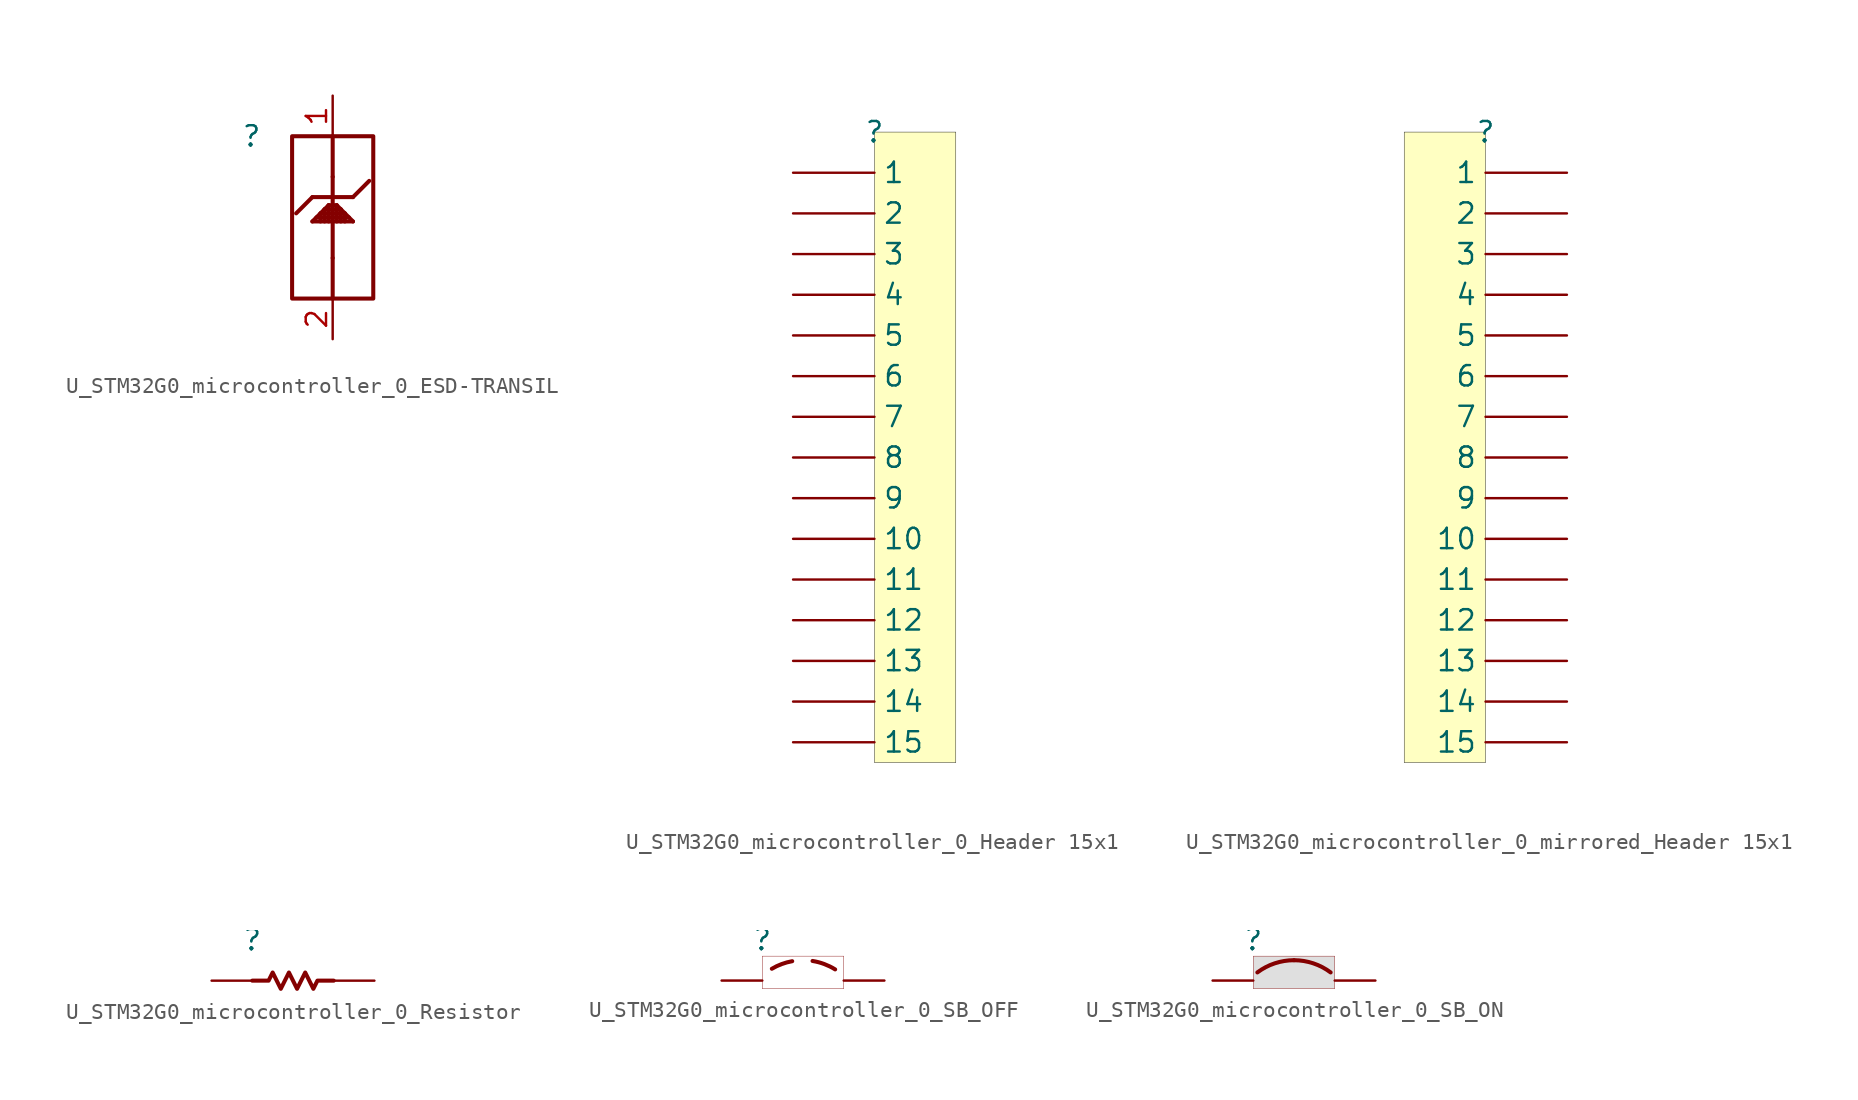
<source format=kicad_sym>
(kicad_symbol_lib
  (version 20231120)
  (generator "kicad_symbol_editor")
  (generator_version "8.0")
  (symbol "U_STM32G0_microcontroller_0_ESD-TRANSIL"
    (property "Reference" ""
      (at 0 0 0)
      (effects (font (size 1.27 1.27))))
    (property "Value" ""
      (at 0 0 0)
      (effects (font (size 1.27 1.27))))
    (symbol "U_STM32G0_microcontroller_0_ESD-TRANSIL_1_0"
      (polyline (pts (xy 3.81 -5.334) (xy 4.826 -4.318)) (stroke (width 0.254) (type solid)) (fill (type none)))
      (polyline (pts (xy 3.81 -5.334) (xy 6.35 -5.334)) (stroke (width 0.254) (type solid)) (fill (type none)))
      (polyline (pts (xy 3.81 -3.81) (xy 2.794 -4.826)) (stroke (width 0.254) (type solid)) (fill (type none)))
      (polyline (pts (xy 3.81 -3.81) (xy 6.35 -3.81)) (stroke (width 0.254) (type solid)) (fill (type none)))
      (polyline (pts (xy 4.064 -5.08) (xy 6.096 -5.08)) (stroke (width 0.254) (type solid)) (fill (type none)))
      (polyline (pts (xy 4.318 -5.334) (xy 4.318 -4.826)) (stroke (width 0.254) (type solid)) (fill (type none)))
      (polyline (pts (xy 4.318 -4.826) (xy 5.842 -4.826)) (stroke (width 0.254) (type solid)) (fill (type none)))
      (polyline (pts (xy 4.572 -5.334) (xy 4.572 -4.572)) (stroke (width 0.254) (type solid)) (fill (type none)))
      (polyline (pts (xy 4.572 -4.572) (xy 5.588 -4.572)) (stroke (width 0.254) (type solid)) (fill (type none)))
      (polyline (pts (xy 4.826 -5.334) (xy 4.826 -4.318)) (stroke (width 0.254) (type solid)) (fill (type none)))
      (polyline (pts (xy 4.826 -4.318) (xy 5.334 -4.318)) (stroke (width 0.254) (type solid)) (fill (type none)))
      (polyline (pts (xy 5.08 -10.16) (xy 5.08 -7.62)) (stroke (width 0.254) (type solid)) (fill (type none)))
      (polyline (pts (xy 5.08 -7.62) (xy 5.08 -2.54)) (stroke (width 0.254) (type solid)) (fill (type none)))
      (polyline (pts (xy 5.08 -2.54) (xy 5.08 0)) (stroke (width 0.254) (type solid)) (fill (type none)))
      (polyline (pts (xy 5.334 -5.334) (xy 5.334 -4.318)) (stroke (width 0.254) (type solid)) (fill (type none)))
      (polyline (pts (xy 5.334 -4.318) (xy 6.35 -5.334)) (stroke (width 0.254) (type solid)) (fill (type none)))
      (polyline (pts (xy 5.588 -5.334) (xy 5.588 -4.572)) (stroke (width 0.254) (type solid)) (fill (type none)))
      (polyline (pts (xy 5.842 -5.334) (xy 5.842 -4.826)) (stroke (width 0.254) (type solid)) (fill (type none)))
      (polyline (pts (xy 6.35 -3.81) (xy 7.366 -2.794)) (stroke (width 0.254) (type solid)) (fill (type none)))
      (rectangle (start 7.62 0) (end 2.54 -10.16) (stroke (width 0.254) (type solid) (color 128 0 0 1)) (fill (type none)))
      (pin passive line (at 5.08 2.54 270) (length 2.54) (name "IO1" (effects (font (size 0 0)))) (number "1" (effects (font (size 1.27 1.27)))))
      (pin passive line (at 5.08 -12.7 90) (length 2.54) (name "GND" (effects (font (size 0 0)))) (number "2" (effects (font (size 1.27 1.27)))))))
  (symbol "U_STM32G0_microcontroller_0_Header 15x1"
    (property "Reference" ""
      (at 0 0 0)
      (effects (font (size 1.27 1.27))))
    (property "Value" ""
      (at 0 0 0)
      (effects (font (size 1.27 1.27))))
    (symbol "U_STM32G0_microcontroller_0_Header 15x1_1_0"
      (rectangle (start 5.08 0) (end 0 -39.37) (stroke (width 0.025) (type solid) (color 0 0 0 1)) (fill (type background)))
      (pin passive line (at -5.08 -2.54 0) (length 5.08) (name "1" (effects (font (size 1.27 1.27)))) (number "1" (effects (font (size 0 0)))))
      (pin passive line (at -5.08 -25.4 0) (length 5.08) (name "10" (effects (font (size 1.27 1.27)))) (number "10" (effects (font (size 0 0)))))
      (pin passive line (at -5.08 -27.94 0) (length 5.08) (name "11" (effects (font (size 1.27 1.27)))) (number "11" (effects (font (size 0 0)))))
      (pin passive line (at -5.08 -30.48 0) (length 5.08) (name "12" (effects (font (size 1.27 1.27)))) (number "12" (effects (font (size 0 0)))))
      (pin passive line (at -5.08 -33.02 0) (length 5.08) (name "13" (effects (font (size 1.27 1.27)))) (number "13" (effects (font (size 0 0)))))
      (pin passive line (at -5.08 -35.56 0) (length 5.08) (name "14" (effects (font (size 1.27 1.27)))) (number "14" (effects (font (size 0 0)))))
      (pin passive line (at -5.08 -38.1 0) (length 5.08) (name "15" (effects (font (size 1.27 1.27)))) (number "15" (effects (font (size 0 0)))))
      (pin passive line (at -5.08 -5.08 0) (length 5.08) (name "2" (effects (font (size 1.27 1.27)))) (number "2" (effects (font (size 0 0)))))
      (pin passive line (at -5.08 -7.62 0) (length 5.08) (name "3" (effects (font (size 1.27 1.27)))) (number "3" (effects (font (size 0 0)))))
      (pin passive line (at -5.08 -10.16 0) (length 5.08) (name "4" (effects (font (size 1.27 1.27)))) (number "4" (effects (font (size 0 0)))))
      (pin passive line (at -5.08 -12.7 0) (length 5.08) (name "5" (effects (font (size 1.27 1.27)))) (number "5" (effects (font (size 0 0)))))
      (pin passive line (at -5.08 -15.24 0) (length 5.08) (name "6" (effects (font (size 1.27 1.27)))) (number "6" (effects (font (size 0 0)))))
      (pin passive line (at -5.08 -17.78 0) (length 5.08) (name "7" (effects (font (size 1.27 1.27)))) (number "7" (effects (font (size 0 0)))))
      (pin passive line (at -5.08 -20.32 0) (length 5.08) (name "8" (effects (font (size 1.27 1.27)))) (number "8" (effects (font (size 0 0)))))
      (pin passive line (at -5.08 -22.86 0) (length 5.08) (name "9" (effects (font (size 1.27 1.27)))) (number "9" (effects (font (size 0 0)))))))
  (symbol "U_STM32G0_microcontroller_0_mirrored_Header 15x1"
    (property "Reference" ""
      (at 0 0 0)
      (effects (font (size 1.27 1.27))))
    (property "Value" ""
      (at 0 0 0)
      (effects (font (size 1.27 1.27))))
    (symbol "U_STM32G0_microcontroller_0_mirrored_Header 15x1_1_0"
      (rectangle (start 0 0) (end -5.08 -39.37) (stroke (width 0.025) (type solid) (color 0 0 0 1)) (fill (type background)))
      (pin passive line (at 5.08 -2.54 180) (length 5.08) (name "1" (effects (font (size 1.27 1.27)))) (number "1" (effects (font (size 0 0)))))
      (pin passive line (at 5.08 -25.4 180) (length 5.08) (name "10" (effects (font (size 1.27 1.27)))) (number "10" (effects (font (size 0 0)))))
      (pin passive line (at 5.08 -27.94 180) (length 5.08) (name "11" (effects (font (size 1.27 1.27)))) (number "11" (effects (font (size 0 0)))))
      (pin passive line (at 5.08 -30.48 180) (length 5.08) (name "12" (effects (font (size 1.27 1.27)))) (number "12" (effects (font (size 0 0)))))
      (pin passive line (at 5.08 -33.02 180) (length 5.08) (name "13" (effects (font (size 1.27 1.27)))) (number "13" (effects (font (size 0 0)))))
      (pin passive line (at 5.08 -35.56 180) (length 5.08) (name "14" (effects (font (size 1.27 1.27)))) (number "14" (effects (font (size 0 0)))))
      (pin passive line (at 5.08 -38.1 180) (length 5.08) (name "15" (effects (font (size 1.27 1.27)))) (number "15" (effects (font (size 0 0)))))
      (pin passive line (at 5.08 -5.08 180) (length 5.08) (name "2" (effects (font (size 1.27 1.27)))) (number "2" (effects (font (size 0 0)))))
      (pin passive line (at 5.08 -7.62 180) (length 5.08) (name "3" (effects (font (size 1.27 1.27)))) (number "3" (effects (font (size 0 0)))))
      (pin passive line (at 5.08 -10.16 180) (length 5.08) (name "4" (effects (font (size 1.27 1.27)))) (number "4" (effects (font (size 0 0)))))
      (pin passive line (at 5.08 -12.7 180) (length 5.08) (name "5" (effects (font (size 1.27 1.27)))) (number "5" (effects (font (size 0 0)))))
      (pin passive line (at 5.08 -15.24 180) (length 5.08) (name "6" (effects (font (size 1.27 1.27)))) (number "6" (effects (font (size 0 0)))))
      (pin passive line (at 5.08 -17.78 180) (length 5.08) (name "7" (effects (font (size 1.27 1.27)))) (number "7" (effects (font (size 0 0)))))
      (pin passive line (at 5.08 -20.32 180) (length 5.08) (name "8" (effects (font (size 1.27 1.27)))) (number "8" (effects (font (size 0 0)))))
      (pin passive line (at 5.08 -22.86 180) (length 5.08) (name "9" (effects (font (size 1.27 1.27)))) (number "9" (effects (font (size 0 0)))))))
  (symbol "U_STM32G0_microcontroller_0_Resistor"
    (property "Reference" ""
      (at 0 0 0)
      (effects (font (size 1.27 1.27))))
    (property "Value" ""
      (at 0 0 0)
      (effects (font (size 1.27 1.27))))
    (symbol "U_STM32G0_microcontroller_0_Resistor_1_0"
      (polyline (pts (xy 5.08 -2.54) (xy 4.064 -2.54) (xy 3.81 -3.048) (xy 3.302 -2.032) (xy 2.794 -3.048) (xy 2.286 -2.032) (xy 1.778 -3.048) (xy 1.27 -2.032) (xy 1.016 -2.54) (xy 0 -2.54)) (stroke (width 0.254) (type solid)) (fill (type none)))
      (pin passive line (at -2.54 -2.54 0) (length 2.54) (name "1" (effects (font (size 0 0)))) (number "1" (effects (font (size 0 0)))))
      (pin passive line (at 7.62 -2.54 180) (length 2.54) (name "2" (effects (font (size 0 0)))) (number "2" (effects (font (size 0 0)))))))
  (symbol "U_STM32G0_microcontroller_0_SB_OFF"
    (property "Reference" ""
      (at 0 0 0)
      (effects (font (size 1.27 1.27))))
    (property "Value" ""
      (at 0 0 0)
      (effects (font (size 1.27 1.27))))
    (symbol "U_STM32G0_microcontroller_0_SB_OFF_1_0"
      (arc (start 1.8657 -1.3301) (mid 1.2098 -1.5097) (end 0.5963 -1.803) (stroke (width 0.254) (type solid)) (fill (type none)))
      (arc (start 4.5471 -1.8415) (mid 3.8681 -1.509) (end 3.1369 -1.317) (stroke (width 0.254) (type solid)) (fill (type none)))
      (rectangle (start 5.08 -1.016) (end 0 -3.048) (stroke (width 0.025) (type solid) (color 128 0 0 1)) (fill (type color) (color 255 255 255 0.5)))
      (pin passive line (at -2.54 -2.54 0) (length 2.54) (name "1" (effects (font (size 0 0)))) (number "1" (effects (font (size 0 0)))))
      (pin passive line (at 7.62 -2.54 180) (length 2.54) (name "2" (effects (font (size 0 0)))) (number "2" (effects (font (size 0 0)))))))
  (symbol "U_STM32G0_microcontroller_0_SB_ON"
    (property "Reference" ""
      (at 0 0 0)
      (effects (font (size 1.27 1.27))))
    (property "Value" ""
      (at 0 0 0)
      (effects (font (size 1.27 1.27))))
    (symbol "U_STM32G0_microcontroller_0_SB_ON_1_0"
      (arc (start 2.54 -1.27) (mid 1.3352 -1.4655) (end 0.254 -2.032) (stroke (width 0.254) (type solid)) (fill (type none)))
      (arc (start 4.826 -2.032) (mid 3.7448 -1.4655) (end 2.54 -1.27) (stroke (width 0.254) (type solid)) (fill (type none)))
      (rectangle (start 5.08 -1.016) (end 0 -3.048) (stroke (width 0.025) (type solid) (color 128 0 0 1)) (fill (type color) (color 192 192 192 0.5)))
      (pin passive line (at -2.54 -2.54 0) (length 2.54) (name "1" (effects (font (size 0 0)))) (number "1" (effects (font (size 0 0)))))
      (pin passive line (at 7.62 -2.54 180) (length 2.54) (name "2" (effects (font (size 0 0)))) (number "2" (effects (font (size 0 0))))))))
</source>
